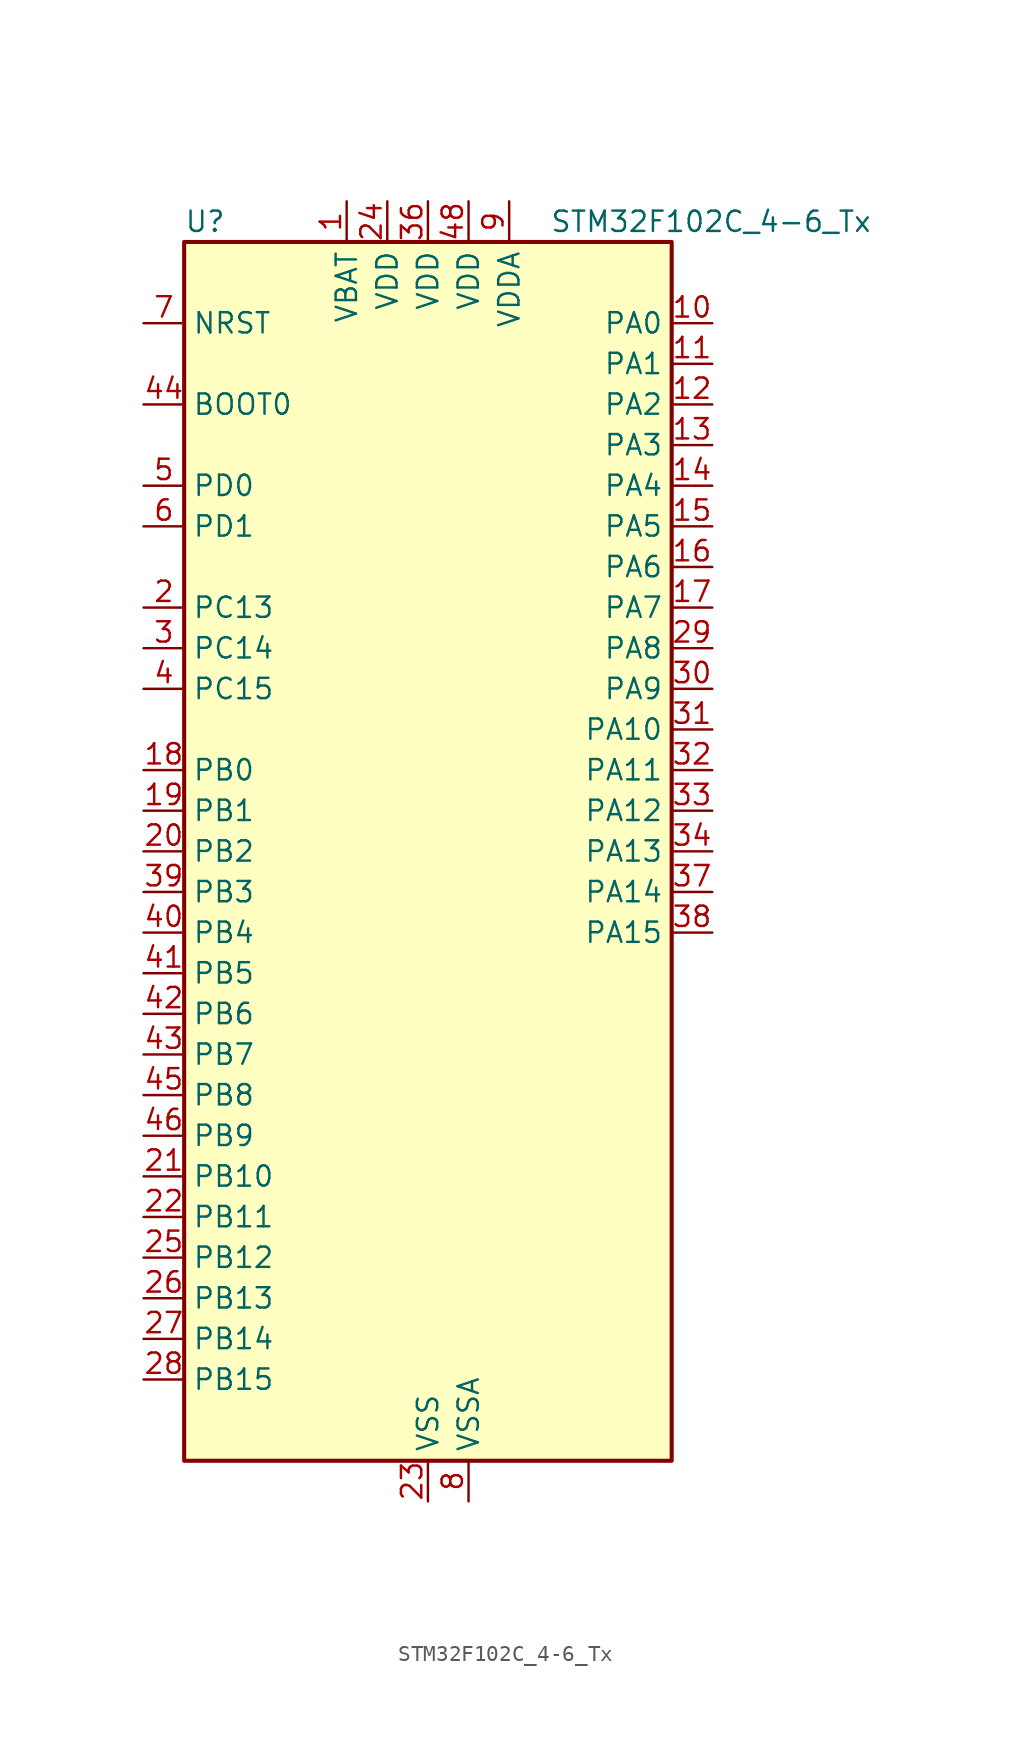
<source format=kicad_sym>
(kicad_symbol_lib
  (version 20241209)
  (generator "kicad_symbol_editor")
  (generator_version "9.0")
  (symbol "STM32F102C_4-6_Tx"
    (property "Reference" "U"
      (at -15.24 39.37 0)
      (effects (font (size 1.27 1.27)) (justify left)))
    (property "Value" "STM32F102C_4-6_Tx"
      (at 7.62 39.37 0)
      (effects (font (size 1.27 1.27)) (justify left)))
    (symbol "STM32F102C_4-6_Tx_0_1"
      (rectangle (start -15.24 -38.1) (end 15.24 38.1) (stroke (width 0.254) (type default)) (fill (type background))))
    (symbol "STM32F102C_4-6_Tx_1_1"
      (pin input line (at -17.78 33.02 0) (length 2.54) (name "NRST" (effects (font (size 1.27 1.27)))) (number "7" (effects (font (size 1.27 1.27)))))
      (pin input line (at -17.78 27.94 0) (length 2.54) (name "BOOT0" (effects (font (size 1.27 1.27)))) (number "44" (effects (font (size 1.27 1.27)))))
      (pin bidirectional line (at -17.78 22.86 0) (length 2.54) (name "PD0" (effects (font (size 1.27 1.27)))) (number "5" (effects (font (size 1.27 1.27)))) (alternate "RCC_OSC_IN" bidirectional line))
      (pin bidirectional line (at -17.78 20.32 0) (length 2.54) (name "PD1" (effects (font (size 1.27 1.27)))) (number "6" (effects (font (size 1.27 1.27)))) (alternate "RCC_OSC_OUT" bidirectional line))
      (pin bidirectional line (at -17.78 15.24 0) (length 2.54) (name "PC13" (effects (font (size 1.27 1.27)))) (number "2" (effects (font (size 1.27 1.27)))) (alternate "RTC_OUT" bidirectional line) (alternate "RTC_TAMPER" bidirectional line))
      (pin bidirectional line (at -17.78 12.7 0) (length 2.54) (name "PC14" (effects (font (size 1.27 1.27)))) (number "3" (effects (font (size 1.27 1.27)))) (alternate "RCC_OSC32_IN" bidirectional line))
      (pin bidirectional line (at -17.78 10.16 0) (length 2.54) (name "PC15" (effects (font (size 1.27 1.27)))) (number "4" (effects (font (size 1.27 1.27)))) (alternate "ADC1_EXTI15" bidirectional line) (alternate "RCC_OSC32_OUT" bidirectional line))
      (pin bidirectional line (at -17.78 5.08 0) (length 2.54) (name "PB0" (effects (font (size 1.27 1.27)))) (number "18" (effects (font (size 1.27 1.27)))) (alternate "ADC1_IN8" bidirectional line) (alternate "TIM3_CH3" bidirectional line))
      (pin bidirectional line (at -17.78 2.54 0) (length 2.54) (name "PB1" (effects (font (size 1.27 1.27)))) (number "19" (effects (font (size 1.27 1.27)))) (alternate "ADC1_IN9" bidirectional line) (alternate "TIM3_CH4" bidirectional line))
      (pin bidirectional line (at -17.78 0 0) (length 2.54) (name "PB2" (effects (font (size 1.27 1.27)))) (number "20" (effects (font (size 1.27 1.27)))))
      (pin bidirectional line (at -17.78 -2.54 0) (length 2.54) (name "PB3" (effects (font (size 1.27 1.27)))) (number "39" (effects (font (size 1.27 1.27)))) (alternate "SPI1_SCK" bidirectional line) (alternate "SYS_JTDO-TRACESWO" bidirectional line) (alternate "TIM2_CH2" bidirectional line))
      (pin bidirectional line (at -17.78 -5.08 0) (length 2.54) (name "PB4" (effects (font (size 1.27 1.27)))) (number "40" (effects (font (size 1.27 1.27)))) (alternate "SPI1_MISO" bidirectional line) (alternate "SYS_NJTRST" bidirectional line) (alternate "TIM3_CH1" bidirectional line))
      (pin bidirectional line (at -17.78 -7.62 0) (length 2.54) (name "PB5" (effects (font (size 1.27 1.27)))) (number "41" (effects (font (size 1.27 1.27)))) (alternate "I2C1_SMBA" bidirectional line) (alternate "SPI1_MOSI" bidirectional line) (alternate "TIM3_CH2" bidirectional line))
      (pin bidirectional line (at -17.78 -10.16 0) (length 2.54) (name "PB6" (effects (font (size 1.27 1.27)))) (number "42" (effects (font (size 1.27 1.27)))) (alternate "I2C1_SCL" bidirectional line) (alternate "USART1_TX" bidirectional line))
      (pin bidirectional line (at -17.78 -12.7 0) (length 2.54) (name "PB7" (effects (font (size 1.27 1.27)))) (number "43" (effects (font (size 1.27 1.27)))) (alternate "I2C1_SDA" bidirectional line) (alternate "USART1_RX" bidirectional line))
      (pin bidirectional line (at -17.78 -15.24 0) (length 2.54) (name "PB8" (effects (font (size 1.27 1.27)))) (number "45" (effects (font (size 1.27 1.27)))) (alternate "I2C1_SCL" bidirectional line))
      (pin bidirectional line (at -17.78 -17.78 0) (length 2.54) (name "PB9" (effects (font (size 1.27 1.27)))) (number "46" (effects (font (size 1.27 1.27)))) (alternate "I2C1_SDA" bidirectional line))
      (pin bidirectional line (at -17.78 -20.32 0) (length 2.54) (name "PB10" (effects (font (size 1.27 1.27)))) (number "21" (effects (font (size 1.27 1.27)))) (alternate "TIM2_CH3" bidirectional line))
      (pin bidirectional line (at -17.78 -22.86 0) (length 2.54) (name "PB11" (effects (font (size 1.27 1.27)))) (number "22" (effects (font (size 1.27 1.27)))) (alternate "ADC1_EXTI11" bidirectional line) (alternate "TIM2_CH4" bidirectional line))
      (pin bidirectional line (at -17.78 -25.4 0) (length 2.54) (name "PB12" (effects (font (size 1.27 1.27)))) (number "25" (effects (font (size 1.27 1.27)))))
      (pin bidirectional line (at -17.78 -27.94 0) (length 2.54) (name "PB13" (effects (font (size 1.27 1.27)))) (number "26" (effects (font (size 1.27 1.27)))))
      (pin bidirectional line (at -17.78 -30.48 0) (length 2.54) (name "PB14" (effects (font (size 1.27 1.27)))) (number "27" (effects (font (size 1.27 1.27)))))
      (pin bidirectional line (at -17.78 -33.02 0) (length 2.54) (name "PB15" (effects (font (size 1.27 1.27)))) (number "28" (effects (font (size 1.27 1.27)))) (alternate "ADC1_EXTI15" bidirectional line))
      (pin power_in line (at -5.08 40.64 270) (length 2.54) (name "VBAT" (effects (font (size 1.27 1.27)))) (number "1" (effects (font (size 1.27 1.27)))))
      (pin power_in line (at -2.54 40.64 270) (length 2.54) (name "VDD" (effects (font (size 1.27 1.27)))) (number "24" (effects (font (size 1.27 1.27)))))
      (pin power_in line (at 0 40.64 270) (length 2.54) (name "VDD" (effects (font (size 1.27 1.27)))) (number "36" (effects (font (size 1.27 1.27)))))
      (pin power_in line (at 0 -40.64 90) (length 2.54) (name "VSS" (effects (font (size 1.27 1.27)))) (number "23" (effects (font (size 1.27 1.27)))))
      (pin passive line (at 0 -40.64 90) (length 2.54) (hide yes) (name "VSS" (effects (font (size 1.27 1.27)))) (number "35" (effects (font (size 1.27 1.27)))))
      (pin passive line (at 0 -40.64 90) (length 2.54) (hide yes) (name "VSS" (effects (font (size 1.27 1.27)))) (number "47" (effects (font (size 1.27 1.27)))))
      (pin power_in line (at 2.54 40.64 270) (length 2.54) (name "VDD" (effects (font (size 1.27 1.27)))) (number "48" (effects (font (size 1.27 1.27)))))
      (pin power_in line (at 2.54 -40.64 90) (length 2.54) (name "VSSA" (effects (font (size 1.27 1.27)))) (number "8" (effects (font (size 1.27 1.27)))))
      (pin power_in line (at 5.08 40.64 270) (length 2.54) (name "VDDA" (effects (font (size 1.27 1.27)))) (number "9" (effects (font (size 1.27 1.27)))))
      (pin bidirectional line (at 17.78 33.02 180) (length 2.54) (name "PA0" (effects (font (size 1.27 1.27)))) (number "10" (effects (font (size 1.27 1.27)))) (alternate "ADC1_IN0" bidirectional line) (alternate "SYS_WKUP" bidirectional line) (alternate "TIM2_CH1" bidirectional line) (alternate "TIM2_ETR" bidirectional line) (alternate "USART2_CTS" bidirectional line))
      (pin bidirectional line (at 17.78 30.48 180) (length 2.54) (name "PA1" (effects (font (size 1.27 1.27)))) (number "11" (effects (font (size 1.27 1.27)))) (alternate "ADC1_IN1" bidirectional line) (alternate "TIM2_CH2" bidirectional line) (alternate "USART2_RTS" bidirectional line))
      (pin bidirectional line (at 17.78 27.94 180) (length 2.54) (name "PA2" (effects (font (size 1.27 1.27)))) (number "12" (effects (font (size 1.27 1.27)))) (alternate "ADC1_IN2" bidirectional line) (alternate "TIM2_CH3" bidirectional line) (alternate "USART2_TX" bidirectional line))
      (pin bidirectional line (at 17.78 25.4 180) (length 2.54) (name "PA3" (effects (font (size 1.27 1.27)))) (number "13" (effects (font (size 1.27 1.27)))) (alternate "ADC1_IN3" bidirectional line) (alternate "TIM2_CH4" bidirectional line) (alternate "USART2_RX" bidirectional line))
      (pin bidirectional line (at 17.78 22.86 180) (length 2.54) (name "PA4" (effects (font (size 1.27 1.27)))) (number "14" (effects (font (size 1.27 1.27)))) (alternate "ADC1_IN4" bidirectional line) (alternate "SPI1_NSS" bidirectional line) (alternate "USART2_CK" bidirectional line))
      (pin bidirectional line (at 17.78 20.32 180) (length 2.54) (name "PA5" (effects (font (size 1.27 1.27)))) (number "15" (effects (font (size 1.27 1.27)))) (alternate "ADC1_IN5" bidirectional line) (alternate "SPI1_SCK" bidirectional line))
      (pin bidirectional line (at 17.78 17.78 180) (length 2.54) (name "PA6" (effects (font (size 1.27 1.27)))) (number "16" (effects (font (size 1.27 1.27)))) (alternate "ADC1_IN6" bidirectional line) (alternate "SPI1_MISO" bidirectional line) (alternate "TIM3_CH1" bidirectional line))
      (pin bidirectional line (at 17.78 15.24 180) (length 2.54) (name "PA7" (effects (font (size 1.27 1.27)))) (number "17" (effects (font (size 1.27 1.27)))) (alternate "ADC1_IN7" bidirectional line) (alternate "SPI1_MOSI" bidirectional line) (alternate "TIM3_CH2" bidirectional line))
      (pin bidirectional line (at 17.78 12.7 180) (length 2.54) (name "PA8" (effects (font (size 1.27 1.27)))) (number "29" (effects (font (size 1.27 1.27)))) (alternate "RCC_MCO" bidirectional line) (alternate "USART1_CK" bidirectional line))
      (pin bidirectional line (at 17.78 10.16 180) (length 2.54) (name "PA9" (effects (font (size 1.27 1.27)))) (number "30" (effects (font (size 1.27 1.27)))) (alternate "USART1_TX" bidirectional line))
      (pin bidirectional line (at 17.78 7.62 180) (length 2.54) (name "PA10" (effects (font (size 1.27 1.27)))) (number "31" (effects (font (size 1.27 1.27)))) (alternate "USART1_RX" bidirectional line))
      (pin bidirectional line (at 17.78 5.08 180) (length 2.54) (name "PA11" (effects (font (size 1.27 1.27)))) (number "32" (effects (font (size 1.27 1.27)))) (alternate "ADC1_EXTI11" bidirectional line) (alternate "USART1_CTS" bidirectional line) (alternate "USB_DM" bidirectional line))
      (pin bidirectional line (at 17.78 2.54 180) (length 2.54) (name "PA12" (effects (font (size 1.27 1.27)))) (number "33" (effects (font (size 1.27 1.27)))) (alternate "USART1_RTS" bidirectional line) (alternate "USB_DP" bidirectional line))
      (pin bidirectional line (at 17.78 0 180) (length 2.54) (name "PA13" (effects (font (size 1.27 1.27)))) (number "34" (effects (font (size 1.27 1.27)))) (alternate "SYS_JTMS-SWDIO" bidirectional line))
      (pin bidirectional line (at 17.78 -2.54 180) (length 2.54) (name "PA14" (effects (font (size 1.27 1.27)))) (number "37" (effects (font (size 1.27 1.27)))) (alternate "SYS_JTCK-SWCLK" bidirectional line))
      (pin bidirectional line (at 17.78 -5.08 180) (length 2.54) (name "PA15" (effects (font (size 1.27 1.27)))) (number "38" (effects (font (size 1.27 1.27)))) (alternate "ADC1_EXTI15" bidirectional line) (alternate "SPI1_NSS" bidirectional line) (alternate "SYS_JTDI" bidirectional line) (alternate "TIM2_CH1" bidirectional line) (alternate "TIM2_ETR" bidirectional line)))))
</source>
